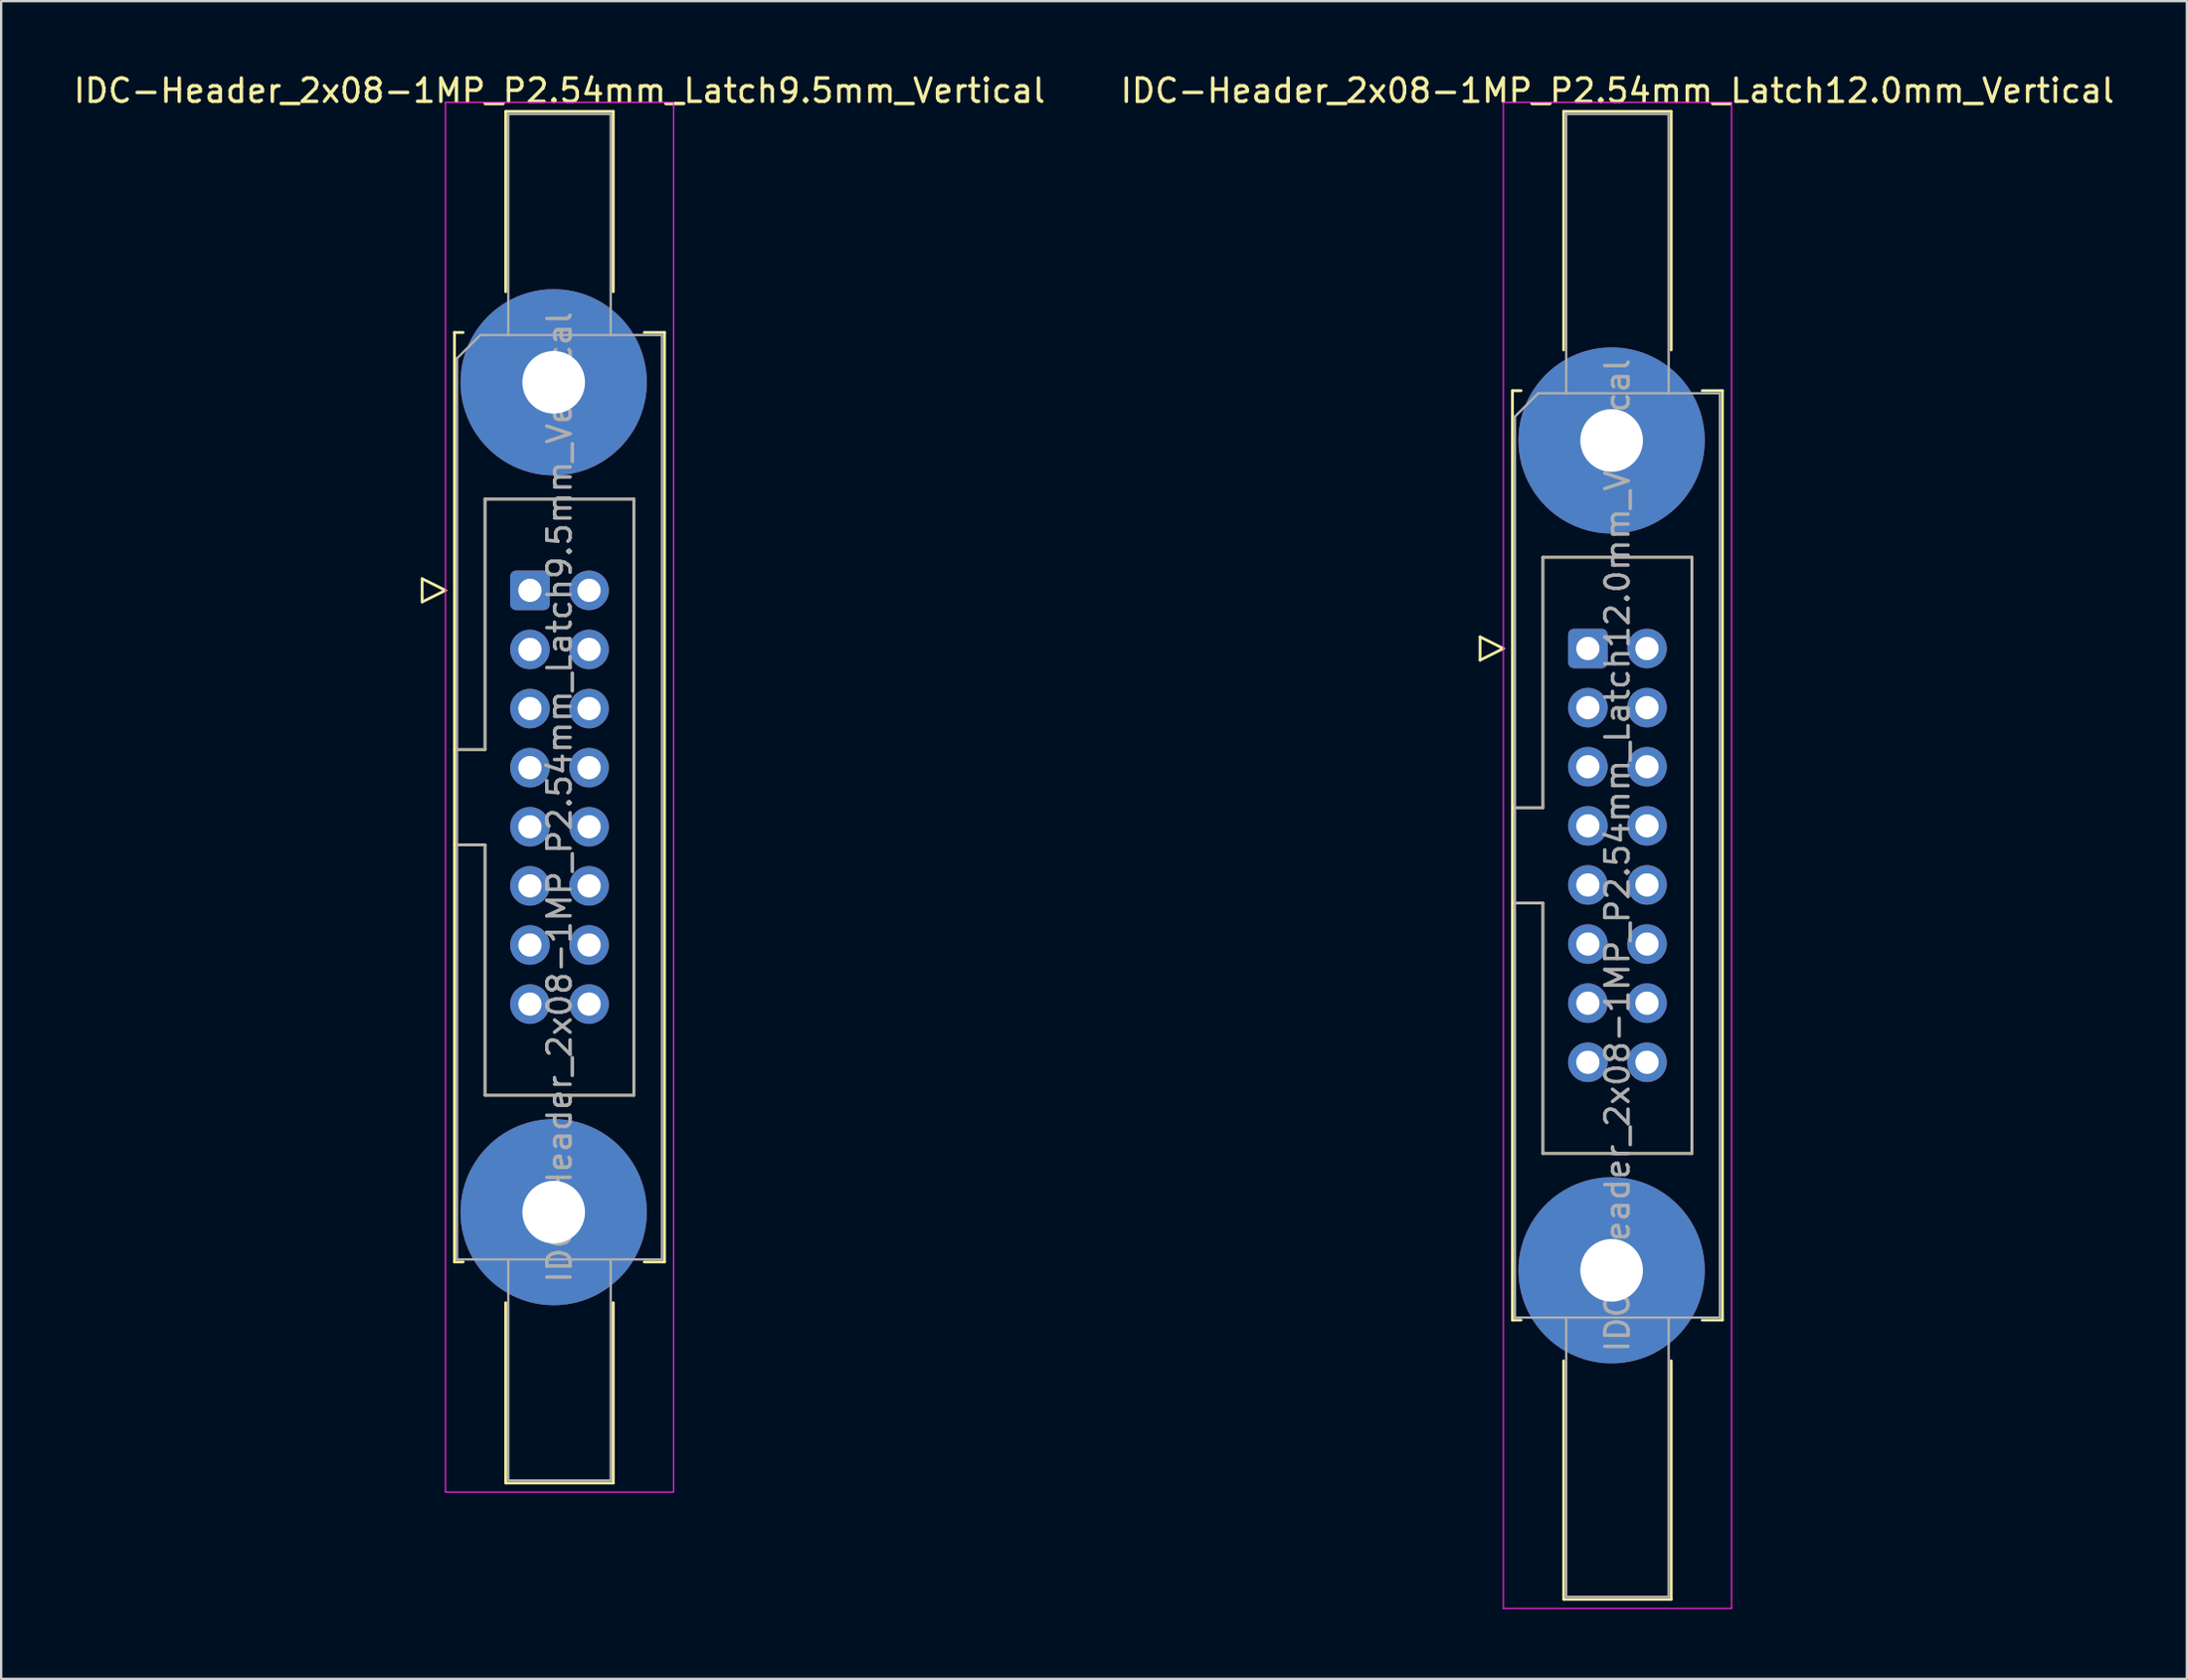
<source format=kicad_pcb>
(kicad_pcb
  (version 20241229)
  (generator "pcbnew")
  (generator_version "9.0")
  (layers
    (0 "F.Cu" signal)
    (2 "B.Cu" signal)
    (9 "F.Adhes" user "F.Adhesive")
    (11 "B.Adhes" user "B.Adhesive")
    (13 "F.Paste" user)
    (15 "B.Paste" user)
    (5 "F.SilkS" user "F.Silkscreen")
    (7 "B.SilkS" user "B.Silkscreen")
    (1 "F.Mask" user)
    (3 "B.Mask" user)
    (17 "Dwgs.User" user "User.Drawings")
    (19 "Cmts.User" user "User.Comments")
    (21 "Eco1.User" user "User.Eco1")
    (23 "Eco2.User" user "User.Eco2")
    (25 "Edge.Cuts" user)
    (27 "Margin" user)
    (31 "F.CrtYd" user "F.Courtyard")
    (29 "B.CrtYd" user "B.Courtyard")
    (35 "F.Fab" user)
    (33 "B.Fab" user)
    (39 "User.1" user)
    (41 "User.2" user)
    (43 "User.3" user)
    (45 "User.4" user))
  (footprint "IDC-Header_2x08-1MP_P2.54mm_Latch12.0mm_Vertical"
    (layer "F.Cu")
    (at 65.153 24.818)
    (property "Reference" "IDC-Header_2x08-1MP_P2.54mm_Latch12.0mm_Vertical" (at 1.27 -23.97 0) (layer "F.SilkS") (effects (font (size 1 1) (thickness 0.15))))
    (attr through_hole)
    (fp_line (start -4.63 -0.5) (end -4.63 0.5) (stroke (width 0.12) (type solid)) (layer "F.SilkS"))
    (fp_line (start -4.63 0.5) (end -3.63 0) (stroke (width 0.12) (type solid)) (layer "F.SilkS"))
    (fp_line (start -3.63 0) (end -4.63 -0.5) (stroke (width 0.12) (type solid)) (layer "F.SilkS"))
    (fp_line (start -3.24 -11.08) (end -3.24 28.86) (stroke (width 0.12) (type solid)) (layer "F.SilkS"))
    (fp_line (start -3.24 6.84) (end -1.93 6.84) (stroke (width 0.12) (type solid)) (layer "F.SilkS"))
    (fp_line (start -3.24 28.86) (end -2.87 28.86) (stroke (width 0.12) (type solid)) (layer "F.SilkS"))
    (fp_line (start -2.87 -11.08) (end -3.24 -11.08) (stroke (width 0.12) (type solid)) (layer "F.SilkS"))
    (fp_line (start -1.93 -3.92) (end 4.47 -3.92) (stroke (width 0.12) (type solid)) (layer "F.SilkS"))
    (fp_line (start -1.93 6.84) (end -1.93 -3.92) (stroke (width 0.12) (type solid)) (layer "F.SilkS"))
    (fp_line (start -1.93 10.94) (end -3.24 10.94) (stroke (width 0.12) (type solid)) (layer "F.SilkS"))
    (fp_line (start -1.93 21.7) (end -1.93 10.94) (stroke (width 0.12) (type solid)) (layer "F.SilkS"))
    (fp_line (start -1.04 -23.08) (end 3.58 -23.08) (stroke (width 0.12) (type solid)) (layer "F.SilkS"))
    (fp_line (start -1.04 -12.83) (end -1.04 -23.08) (stroke (width 0.12) (type solid)) (layer "F.SilkS"))
    (fp_line (start -1.04 30.61) (end -1.04 40.86) (stroke (width 0.12) (type solid)) (layer "F.SilkS"))
    (fp_line (start -1.04 40.86) (end 3.58 40.86) (stroke (width 0.12) (type solid)) (layer "F.SilkS"))
    (fp_line (start 3.58 -23.08) (end 3.58 -12.83) (stroke (width 0.12) (type solid)) (layer "F.SilkS"))
    (fp_line (start 3.58 40.86) (end 3.58 30.61) (stroke (width 0.12) (type solid)) (layer "F.SilkS"))
    (fp_line (start 4.47 -3.92) (end 4.47 21.7) (stroke (width 0.12) (type solid)) (layer "F.SilkS"))
    (fp_line (start 4.47 21.7) (end -1.93 21.7) (stroke (width 0.12) (type solid)) (layer "F.SilkS"))
    (fp_line (start 4.91 -11.08) (end 5.78 -11.08) (stroke (width 0.12) (type solid)) (layer "F.SilkS"))
    (fp_line (start 5.78 -11.08) (end 5.78 28.86) (stroke (width 0.12) (type solid)) (layer "F.SilkS"))
    (fp_line (start 5.78 28.86) (end 4.91 28.86) (stroke (width 0.12) (type solid)) (layer "F.SilkS"))
    (fp_line (start -3.63 -23.47) (end -3.63 41.25) (stroke (width 0.05) (type solid)) (layer "F.CrtYd"))
    (fp_line (start -3.63 41.25) (end 6.17 41.25) (stroke (width 0.05) (type solid)) (layer "F.CrtYd"))
    (fp_line (start 6.17 -23.47) (end -3.63 -23.47) (stroke (width 0.05) (type solid)) (layer "F.CrtYd"))
    (fp_line (start 6.17 41.25) (end 6.17 -23.47) (stroke (width 0.05) (type solid)) (layer "F.CrtYd"))
    (fp_line (start -3.13 -9.97) (end -2.13 -10.97) (stroke (width 0.1) (type solid)) (layer "F.Fab"))
    (fp_line (start -3.13 6.84) (end -1.93 6.84) (stroke (width 0.1) (type solid)) (layer "F.Fab"))
    (fp_line (start -3.13 28.75) (end -3.13 -9.97) (stroke (width 0.1) (type solid)) (layer "F.Fab"))
    (fp_line (start -2.13 -10.97) (end 5.67 -10.97) (stroke (width 0.1) (type solid)) (layer "F.Fab"))
    (fp_line (start -1.93 -3.92) (end 4.47 -3.92) (stroke (width 0.1) (type solid)) (layer "F.Fab"))
    (fp_line (start -1.93 6.84) (end -1.93 -3.92) (stroke (width 0.1) (type solid)) (layer "F.Fab"))
    (fp_line (start -1.93 10.94) (end -3.13 10.94) (stroke (width 0.1) (type solid)) (layer "F.Fab"))
    (fp_line (start -1.93 21.7) (end -1.93 10.94) (stroke (width 0.1) (type solid)) (layer "F.Fab"))
    (fp_line (start -0.93 -22.97) (end 3.47 -22.97) (stroke (width 0.1) (type solid)) (layer "F.Fab"))
    (fp_line (start -0.93 -10.97) (end -0.93 -22.97) (stroke (width 0.1) (type solid)) (layer "F.Fab"))
    (fp_line (start -0.93 28.75) (end -0.93 40.75) (stroke (width 0.1) (type solid)) (layer "F.Fab"))
    (fp_line (start -0.93 40.75) (end 3.47 40.75) (stroke (width 0.1) (type solid)) (layer "F.Fab"))
    (fp_line (start 3.47 -22.97) (end 3.47 -10.97) (stroke (width 0.1) (type solid)) (layer "F.Fab"))
    (fp_line (start 3.47 40.75) (end 3.47 28.75) (stroke (width 0.1) (type solid)) (layer "F.Fab"))
    (fp_line (start 4.47 -3.92) (end 4.47 21.7) (stroke (width 0.1) (type solid)) (layer "F.Fab"))
    (fp_line (start 4.47 21.7) (end -1.93 21.7) (stroke (width 0.1) (type solid)) (layer "F.Fab"))
    (fp_line (start 5.67 -10.97) (end 5.67 28.75) (stroke (width 0.1) (type solid)) (layer "F.Fab"))
    (fp_line (start 5.67 28.75) (end -3.13 28.75) (stroke (width 0.1) (type solid)) (layer "F.Fab"))
    (fp_text user "${REFERENCE}" (at 1.27 8.89 90) (layer "F.Fab") (effects (font (size 1 1) (thickness 0.15))))
    (pad "1" thru_hole roundrect (at 0 0) (size 1.7 1.7) (drill 1) (layers "*.Cu" "*.Mask") (roundrect_rratio 0.147))
    (pad "2" thru_hole circle (at 2.54 0) (size 1.7 1.7) (drill 1) (layers "*.Cu" "*.Mask"))
    (pad "3" thru_hole circle (at 0 2.54) (size 1.7 1.7) (drill 1) (layers "*.Cu" "*.Mask"))
    (pad "4" thru_hole circle (at 2.54 2.54) (size 1.7 1.7) (drill 1) (layers "*.Cu" "*.Mask"))
    (pad "5" thru_hole circle (at 0 5.08) (size 1.7 1.7) (drill 1) (layers "*.Cu" "*.Mask"))
    (pad "6" thru_hole circle (at 2.54 5.08) (size 1.7 1.7) (drill 1) (layers "*.Cu" "*.Mask"))
    (pad "7" thru_hole circle (at 0 7.62) (size 1.7 1.7) (drill 1) (layers "*.Cu" "*.Mask"))
    (pad "8" thru_hole circle (at 2.54 7.62) (size 1.7 1.7) (drill 1) (layers "*.Cu" "*.Mask"))
    (pad "9" thru_hole circle (at 0 10.16) (size 1.7 1.7) (drill 1) (layers "*.Cu" "*.Mask"))
    (pad "10" thru_hole circle (at 2.54 10.16) (size 1.7 1.7) (drill 1) (layers "*.Cu" "*.Mask"))
    (pad "11" thru_hole circle (at 0 12.7) (size 1.7 1.7) (drill 1) (layers "*.Cu" "*.Mask"))
    (pad "12" thru_hole circle (at 2.54 12.7) (size 1.7 1.7) (drill 1) (layers "*.Cu" "*.Mask"))
    (pad "13" thru_hole circle (at 0 15.24) (size 1.7 1.7) (drill 1) (layers "*.Cu" "*.Mask"))
    (pad "14" thru_hole circle (at 2.54 15.24) (size 1.7 1.7) (drill 1) (layers "*.Cu" "*.Mask"))
    (pad "15" thru_hole circle (at 0 17.78) (size 1.7 1.7) (drill 1) (layers "*.Cu" "*.Mask"))
    (pad "16" thru_hole circle (at 2.54 17.78) (size 1.7 1.7) (drill 1) (layers "*.Cu" "*.Mask"))
    (pad "MP" thru_hole circle (at 1.02 -8.94) (size 8 8) (drill 2.69) (layers "*.Cu" "*.Mask"))
    (pad "MP" thru_hole circle (at 1.02 26.72) (size 8 8) (drill 2.69) (layers "*.Cu" "*.Mask")))
  (footprint "IDC-Header_2x08-1MP_P2.54mm_Latch9.5mm_Vertical"
    (layer "F.Cu")
    (at 19.712 22.318)
    (property "Reference" "IDC-Header_2x08-1MP_P2.54mm_Latch9.5mm_Vertical" (at 1.27 -21.47 0) (layer "F.SilkS") (effects (font (size 1 1) (thickness 0.15))))
    (attr through_hole)
    (fp_line (start -4.63 -0.5) (end -4.63 0.5) (stroke (width 0.12) (type solid)) (layer "F.SilkS"))
    (fp_line (start -4.63 0.5) (end -3.63 0) (stroke (width 0.12) (type solid)) (layer "F.SilkS"))
    (fp_line (start -3.63 0) (end -4.63 -0.5) (stroke (width 0.12) (type solid)) (layer "F.SilkS"))
    (fp_line (start -3.24 -11.08) (end -3.24 28.86) (stroke (width 0.12) (type solid)) (layer "F.SilkS"))
    (fp_line (start -3.24 6.84) (end -1.93 6.84) (stroke (width 0.12) (type solid)) (layer "F.SilkS"))
    (fp_line (start -3.24 28.86) (end -2.87 28.86) (stroke (width 0.12) (type solid)) (layer "F.SilkS"))
    (fp_line (start -2.87 -11.08) (end -3.24 -11.08) (stroke (width 0.12) (type solid)) (layer "F.SilkS"))
    (fp_line (start -1.93 -3.92) (end 4.47 -3.92) (stroke (width 0.12) (type solid)) (layer "F.SilkS"))
    (fp_line (start -1.93 6.84) (end -1.93 -3.92) (stroke (width 0.12) (type solid)) (layer "F.SilkS"))
    (fp_line (start -1.93 10.94) (end -3.24 10.94) (stroke (width 0.12) (type solid)) (layer "F.SilkS"))
    (fp_line (start -1.93 21.7) (end -1.93 10.94) (stroke (width 0.12) (type solid)) (layer "F.SilkS"))
    (fp_line (start -1.04 -20.58) (end 3.58 -20.58) (stroke (width 0.12) (type solid)) (layer "F.SilkS"))
    (fp_line (start -1.04 -12.83) (end -1.04 -20.58) (stroke (width 0.12) (type solid)) (layer "F.SilkS"))
    (fp_line (start -1.04 30.61) (end -1.04 38.36) (stroke (width 0.12) (type solid)) (layer "F.SilkS"))
    (fp_line (start -1.04 38.36) (end 3.58 38.36) (stroke (width 0.12) (type solid)) (layer "F.SilkS"))
    (fp_line (start 3.58 -20.58) (end 3.58 -12.83) (stroke (width 0.12) (type solid)) (layer "F.SilkS"))
    (fp_line (start 3.58 38.36) (end 3.58 30.61) (stroke (width 0.12) (type solid)) (layer "F.SilkS"))
    (fp_line (start 4.47 -3.92) (end 4.47 21.7) (stroke (width 0.12) (type solid)) (layer "F.SilkS"))
    (fp_line (start 4.47 21.7) (end -1.93 21.7) (stroke (width 0.12) (type solid)) (layer "F.SilkS"))
    (fp_line (start 4.91 -11.08) (end 5.78 -11.08) (stroke (width 0.12) (type solid)) (layer "F.SilkS"))
    (fp_line (start 5.78 -11.08) (end 5.78 28.86) (stroke (width 0.12) (type solid)) (layer "F.SilkS"))
    (fp_line (start 5.78 28.86) (end 4.91 28.86) (stroke (width 0.12) (type solid)) (layer "F.SilkS"))
    (fp_line (start -3.63 -20.97) (end -3.63 38.75) (stroke (width 0.05) (type solid)) (layer "F.CrtYd"))
    (fp_line (start -3.63 38.75) (end 6.17 38.75) (stroke (width 0.05) (type solid)) (layer "F.CrtYd"))
    (fp_line (start 6.17 -20.97) (end -3.63 -20.97) (stroke (width 0.05) (type solid)) (layer "F.CrtYd"))
    (fp_line (start 6.17 38.75) (end 6.17 -20.97) (stroke (width 0.05) (type solid)) (layer "F.CrtYd"))
    (fp_line (start -3.13 -9.97) (end -2.13 -10.97) (stroke (width 0.1) (type solid)) (layer "F.Fab"))
    (fp_line (start -3.13 6.84) (end -1.93 6.84) (stroke (width 0.1) (type solid)) (layer "F.Fab"))
    (fp_line (start -3.13 28.75) (end -3.13 -9.97) (stroke (width 0.1) (type solid)) (layer "F.Fab"))
    (fp_line (start -2.13 -10.97) (end 5.67 -10.97) (stroke (width 0.1) (type solid)) (layer "F.Fab"))
    (fp_line (start -1.93 -3.92) (end 4.47 -3.92) (stroke (width 0.1) (type solid)) (layer "F.Fab"))
    (fp_line (start -1.93 6.84) (end -1.93 -3.92) (stroke (width 0.1) (type solid)) (layer "F.Fab"))
    (fp_line (start -1.93 10.94) (end -3.13 10.94) (stroke (width 0.1) (type solid)) (layer "F.Fab"))
    (fp_line (start -1.93 21.7) (end -1.93 10.94) (stroke (width 0.1) (type solid)) (layer "F.Fab"))
    (fp_line (start -0.93 -20.47) (end 3.47 -20.47) (stroke (width 0.1) (type solid)) (layer "F.Fab"))
    (fp_line (start -0.93 -10.97) (end -0.93 -20.47) (stroke (width 0.1) (type solid)) (layer "F.Fab"))
    (fp_line (start -0.93 28.75) (end -0.93 38.25) (stroke (width 0.1) (type solid)) (layer "F.Fab"))
    (fp_line (start -0.93 38.25) (end 3.47 38.25) (stroke (width 0.1) (type solid)) (layer "F.Fab"))
    (fp_line (start 3.47 -20.47) (end 3.47 -10.97) (stroke (width 0.1) (type solid)) (layer "F.Fab"))
    (fp_line (start 3.47 38.25) (end 3.47 28.75) (stroke (width 0.1) (type solid)) (layer "F.Fab"))
    (fp_line (start 4.47 -3.92) (end 4.47 21.7) (stroke (width 0.1) (type solid)) (layer "F.Fab"))
    (fp_line (start 4.47 21.7) (end -1.93 21.7) (stroke (width 0.1) (type solid)) (layer "F.Fab"))
    (fp_line (start 5.67 -10.97) (end 5.67 28.75) (stroke (width 0.1) (type solid)) (layer "F.Fab"))
    (fp_line (start 5.67 28.75) (end -3.13 28.75) (stroke (width 0.1) (type solid)) (layer "F.Fab"))
    (fp_text user "${REFERENCE}" (at 1.27 8.89 90) (layer "F.Fab") (effects (font (size 1 1) (thickness 0.15))))
    (pad "1" thru_hole roundrect (at 0 0) (size 1.7 1.7) (drill 1) (layers "*.Cu" "*.Mask") (roundrect_rratio 0.147))
    (pad "2" thru_hole circle (at 2.54 0) (size 1.7 1.7) (drill 1) (layers "*.Cu" "*.Mask"))
    (pad "3" thru_hole circle (at 0 2.54) (size 1.7 1.7) (drill 1) (layers "*.Cu" "*.Mask"))
    (pad "4" thru_hole circle (at 2.54 2.54) (size 1.7 1.7) (drill 1) (layers "*.Cu" "*.Mask"))
    (pad "5" thru_hole circle (at 0 5.08) (size 1.7 1.7) (drill 1) (layers "*.Cu" "*.Mask"))
    (pad "6" thru_hole circle (at 2.54 5.08) (size 1.7 1.7) (drill 1) (layers "*.Cu" "*.Mask"))
    (pad "7" thru_hole circle (at 0 7.62) (size 1.7 1.7) (drill 1) (layers "*.Cu" "*.Mask"))
    (pad "8" thru_hole circle (at 2.54 7.62) (size 1.7 1.7) (drill 1) (layers "*.Cu" "*.Mask"))
    (pad "9" thru_hole circle (at 0 10.16) (size 1.7 1.7) (drill 1) (layers "*.Cu" "*.Mask"))
    (pad "10" thru_hole circle (at 2.54 10.16) (size 1.7 1.7) (drill 1) (layers "*.Cu" "*.Mask"))
    (pad "11" thru_hole circle (at 0 12.7) (size 1.7 1.7) (drill 1) (layers "*.Cu" "*.Mask"))
    (pad "12" thru_hole circle (at 2.54 12.7) (size 1.7 1.7) (drill 1) (layers "*.Cu" "*.Mask"))
    (pad "13" thru_hole circle (at 0 15.24) (size 1.7 1.7) (drill 1) (layers "*.Cu" "*.Mask"))
    (pad "14" thru_hole circle (at 2.54 15.24) (size 1.7 1.7) (drill 1) (layers "*.Cu" "*.Mask"))
    (pad "15" thru_hole circle (at 0 17.78) (size 1.7 1.7) (drill 1) (layers "*.Cu" "*.Mask"))
    (pad "16" thru_hole circle (at 2.54 17.78) (size 1.7 1.7) (drill 1) (layers "*.Cu" "*.Mask"))
    (pad "MP" thru_hole circle (at 1.02 -8.94) (size 8 8) (drill 2.69) (layers "*.Cu" "*.Mask"))
    (pad "MP" thru_hole circle (at 1.02 26.72) (size 8 8) (drill 2.69) (layers "*.Cu" "*.Mask")))
  (gr_rect
    (start -3 -3)
    (end 90.881 69.093)
    (stroke (width 0.1) (type default))
    (fill no)
    (layer "Edge.Cuts")))
</source>
